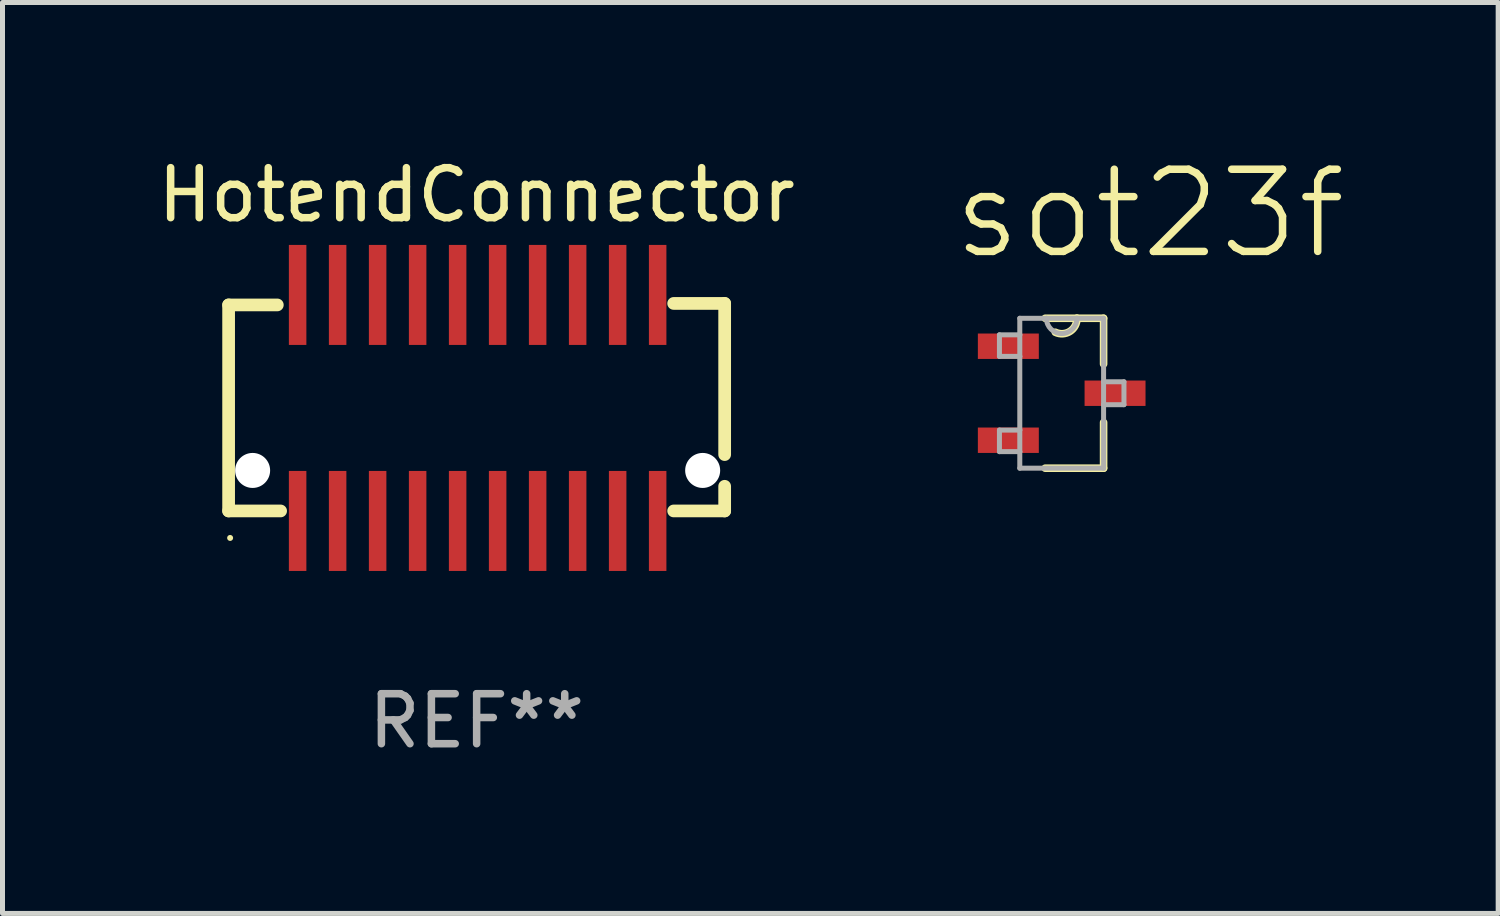
<source format=kicad_pcb>
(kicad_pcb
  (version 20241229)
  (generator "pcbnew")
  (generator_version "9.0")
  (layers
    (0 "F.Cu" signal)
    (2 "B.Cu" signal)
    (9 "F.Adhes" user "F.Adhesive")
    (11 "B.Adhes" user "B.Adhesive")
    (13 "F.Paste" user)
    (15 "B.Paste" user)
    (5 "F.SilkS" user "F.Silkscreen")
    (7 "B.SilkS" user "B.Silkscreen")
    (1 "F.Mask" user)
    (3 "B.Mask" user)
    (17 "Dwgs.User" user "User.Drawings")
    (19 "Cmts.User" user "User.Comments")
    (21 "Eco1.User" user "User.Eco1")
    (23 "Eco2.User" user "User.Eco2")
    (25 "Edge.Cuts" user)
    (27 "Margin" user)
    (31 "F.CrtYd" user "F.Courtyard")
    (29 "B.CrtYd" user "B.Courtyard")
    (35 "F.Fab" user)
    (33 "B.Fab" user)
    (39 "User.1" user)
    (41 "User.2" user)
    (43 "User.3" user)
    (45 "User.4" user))
  (footprint "HotendConnector"
    (layer "F.Cu")
    (at 6.502 5.108)
    (property "Reference" "HotendConnector" (at -0.02 -4.26 0) (layer "F.SilkS") (effects (font (size 1 1) (thickness 0.15))))
    (attr smd)
    (fp_line (start -4.98 -2.06) (end -4.98 2.06) (stroke (width 0.254) (type solid)) (layer "F.SilkS"))
    (fp_line (start -4.98 2.06) (end -3.94 2.06) (stroke (width 0.254) (type solid)) (layer "F.SilkS"))
    (fp_line (start -4.006 -2.06) (end -4.98 -2.06) (stroke (width 0.254) (type solid)) (layer "F.SilkS"))
    (fp_line (start 3.92 -2.09) (end 4.94 -2.09) (stroke (width 0.254) (type solid)) (layer "F.SilkS"))
    (fp_line (start 4.94 -2.09) (end 4.94 0.933) (stroke (width 0.254) (type solid)) (layer "F.SilkS"))
    (fp_line (start 4.94 1.567) (end 4.94 2.06) (stroke (width 0.254) (type solid)) (layer "F.SilkS"))
    (fp_line (start 4.94 2.06) (end 3.92 2.06) (stroke (width 0.254) (type solid)) (layer "F.SilkS"))
    (fp_circle (center -4.95 2.6) (end -4.92 2.6) (stroke (width 0.06) (type solid)) (fill no) (layer "F.SilkS"))
    (fp_circle (center -4.5 1.25) (end -4.35 1.25) (stroke (width 0.3) (type solid)) (fill no) (layer "F.Fab"))
    (fp_circle (center 4.5 1.25) (end 4.65 1.25) (stroke (width 0.3) (type solid)) (fill no) (layer "F.Fab"))
    (fp_text user "REF**" (at -0.02 6.26 0) (layer "F.Fab") (effects (font (size 1 1) (thickness 0.15))))
    (pad "" np_thru_hole circle (at -4.5 1.25) (size 0.7 0.7) (drill 0.7) (layers "*.Cu" "*.Mask"))
    (pad "" np_thru_hole circle (at 4.5 1.25) (size 0.7 0.7) (drill 0.7) (layers "*.Cu" "*.Mask"))
    (pad "1" smd rect (at -3.6 2.26) (size 0.35 2) (layers "F.Cu" "F.Mask" "F.Paste"))
    (pad "2" smd rect (at -2.8 2.26) (size 0.35 2) (layers "F.Cu" "F.Mask" "F.Paste"))
    (pad "3" smd rect (at -2 2.26) (size 0.35 2) (layers "F.Cu" "F.Mask" "F.Paste"))
    (pad "4" smd rect (at -1.2 2.26) (size 0.35 2) (layers "F.Cu" "F.Mask" "F.Paste"))
    (pad "5" smd rect (at -0.4 2.26) (size 0.35 2) (layers "F.Cu" "F.Mask" "F.Paste"))
    (pad "6" smd rect (at 0.4 2.26) (size 0.35 2) (layers "F.Cu" "F.Mask" "F.Paste"))
    (pad "7" smd rect (at 1.2 2.26) (size 0.35 2) (layers "F.Cu" "F.Mask" "F.Paste"))
    (pad "8" smd rect (at 2 2.26) (size 0.35 2) (layers "F.Cu" "F.Mask" "F.Paste"))
    (pad "9" smd rect (at 2.8 2.26) (size 0.35 2) (layers "F.Cu" "F.Mask" "F.Paste"))
    (pad "10" smd rect (at 3.6 2.26) (size 0.35 2) (layers "F.Cu" "F.Mask" "F.Paste"))
    (pad "11" smd rect (at 3.6 -2.26) (size 0.35 2) (layers "F.Cu" "F.Mask" "F.Paste"))
    (pad "12" smd rect (at 2.8 -2.26) (size 0.35 2) (layers "F.Cu" "F.Mask" "F.Paste"))
    (pad "13" smd rect (at 2 -2.26) (size 0.35 2) (layers "F.Cu" "F.Mask" "F.Paste"))
    (pad "14" smd rect (at 1.2 -2.26) (size 0.35 2) (layers "F.Cu" "F.Mask" "F.Paste"))
    (pad "15" smd rect (at 0.4 -2.26) (size 0.35 2) (layers "F.Cu" "F.Mask" "F.Paste"))
    (pad "16" smd rect (at -0.4 -2.26) (size 0.35 2) (layers "F.Cu" "F.Mask" "F.Paste"))
    (pad "17" smd rect (at -1.2 -2.26) (size 0.35 2) (layers "F.Cu" "F.Mask" "F.Paste"))
    (pad "18" smd rect (at -2 -2.26) (size 0.35 2) (layers "F.Cu" "F.Mask" "F.Paste"))
    (pad "19" smd rect (at -2.8 -2.26) (size 0.35 2) (layers "F.Cu" "F.Mask" "F.Paste"))
    (pad "20" smd rect (at -3.6 -2.26) (size 0.35 2) (layers "F.Cu" "F.Mask" "F.Paste")))
  (footprint "sot23f"
    (layer "F.Cu")
    (at 18.182 4.814)
    (property "Reference" "sot23f" (at 1.756 -3.589 0) (layer "F.SilkS") (effects (font (size 1.643 1.643) (thickness 0.15))))
    (attr smd)
    (fp_line (start -0.33 1.499) (end 0.838 1.499) (stroke (width 0.152) (type solid)) (layer "F.SilkS"))
    (fp_line (start 0.305 -1.499) (end -0.33 -1.499) (stroke (width 0.152) (type solid)) (layer "F.SilkS"))
    (fp_line (start 0.838 -1.499) (end 0.305 -1.499) (stroke (width 0.152) (type solid)) (layer "F.SilkS"))
    (fp_line (start 0.838 -0.584) (end 0.838 -1.499) (stroke (width 0.152) (type solid)) (layer "F.SilkS"))
    (fp_line (start 0.838 1.499) (end 0.838 0.584) (stroke (width 0.152) (type solid)) (layer "F.SilkS"))
    (fp_arc (start 0.304801 -1.4986) (mid 0.167136 -1.23799) (end -0.127 -1.2192) (stroke (width 0.1524) (type solid)) (layer "F.SilkS"))
    (fp_line (start -1.245 -1.168) (end -1.245 -0.737) (stroke (width 0.1) (type solid)) (layer "F.Fab"))
    (fp_line (start -1.245 -0.737) (end -0.838 -0.737) (stroke (width 0.1) (type solid)) (layer "F.Fab"))
    (fp_line (start -1.245 0.737) (end -1.245 1.168) (stroke (width 0.1) (type solid)) (layer "F.Fab"))
    (fp_line (start -1.245 1.168) (end -0.838 1.168) (stroke (width 0.1) (type solid)) (layer "F.Fab"))
    (fp_line (start -0.838 -1.499) (end -0.838 -1.168) (stroke (width 0.1) (type solid)) (layer "F.Fab"))
    (fp_line (start -0.838 -1.168) (end -1.245 -1.168) (stroke (width 0.1) (type solid)) (layer "F.Fab"))
    (fp_line (start -0.838 -1.168) (end -0.838 -0.737) (stroke (width 0.1) (type solid)) (layer "F.Fab"))
    (fp_line (start -0.838 -0.737) (end -0.838 0.737) (stroke (width 0.1) (type solid)) (layer "F.Fab"))
    (fp_line (start -0.838 0.737) (end -1.245 0.737) (stroke (width 0.1) (type solid)) (layer "F.Fab"))
    (fp_line (start -0.838 1.168) (end -0.838 0.737) (stroke (width 0.1) (type solid)) (layer "F.Fab"))
    (fp_line (start -0.838 1.499) (end -0.838 1.168) (stroke (width 0.1) (type solid)) (layer "F.Fab"))
    (fp_line (start -0.838 1.499) (end 0.838 1.499) (stroke (width 0.1) (type solid)) (layer "F.Fab"))
    (fp_line (start -0.305 -1.499) (end -0.838 -1.499) (stroke (width 0.1) (type solid)) (layer "F.Fab"))
    (fp_line (start 0.305 -1.499) (end -0.305 -1.499) (stroke (width 0.1) (type solid)) (layer "F.Fab"))
    (fp_line (start 0.838 -1.499) (end 0.305 -1.499) (stroke (width 0.1) (type solid)) (layer "F.Fab"))
    (fp_line (start 0.838 -0.229) (end 0.838 -1.499) (stroke (width 0.1) (type solid)) (layer "F.Fab"))
    (fp_line (start 0.838 0.229) (end 0.838 -0.229) (stroke (width 0.1) (type solid)) (layer "F.Fab"))
    (fp_line (start 0.838 0.229) (end 1.245 0.229) (stroke (width 0.1) (type solid)) (layer "F.Fab"))
    (fp_line (start 0.838 1.499) (end 0.838 0.229) (stroke (width 0.1) (type solid)) (layer "F.Fab"))
    (fp_line (start 1.245 -0.229) (end 0.838 -0.229) (stroke (width 0.1) (type solid)) (layer "F.Fab"))
    (fp_line (start 1.245 0.229) (end 1.245 -0.229) (stroke (width 0.1) (type solid)) (layer "F.Fab"))
    (fp_arc (start 0.3048 -1.4986) (mid 0 -1.1938) (end -0.3048 -1.4986) (stroke (width 0.1) (type solid)) (layer "F.Fab"))
    (pad "1" smd rect (at -1.067 -0.94) (size 1.219 0.508) (layers "F.Cu" "F.Mask" "F.Paste"))
    (pad "2" smd rect (at -1.067 0.94) (size 1.219 0.508) (layers "F.Cu" "F.Mask" "F.Paste"))
    (pad "3" smd rect (at 1.067 0) (size 1.219 0.508) (layers "F.Cu" "F.Mask" "F.Paste")))
  (gr_rect
    (start -3 -3)
    (end 26.911 15.217)
    (stroke (width 0.1) (type default))
    (fill no)
    (layer "Edge.Cuts")))
</source>
